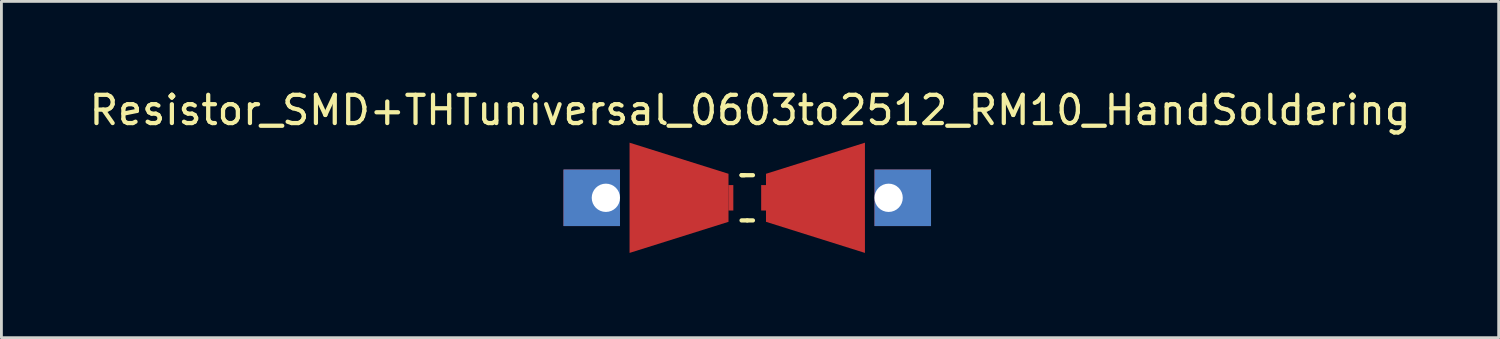
<source format=kicad_pcb>
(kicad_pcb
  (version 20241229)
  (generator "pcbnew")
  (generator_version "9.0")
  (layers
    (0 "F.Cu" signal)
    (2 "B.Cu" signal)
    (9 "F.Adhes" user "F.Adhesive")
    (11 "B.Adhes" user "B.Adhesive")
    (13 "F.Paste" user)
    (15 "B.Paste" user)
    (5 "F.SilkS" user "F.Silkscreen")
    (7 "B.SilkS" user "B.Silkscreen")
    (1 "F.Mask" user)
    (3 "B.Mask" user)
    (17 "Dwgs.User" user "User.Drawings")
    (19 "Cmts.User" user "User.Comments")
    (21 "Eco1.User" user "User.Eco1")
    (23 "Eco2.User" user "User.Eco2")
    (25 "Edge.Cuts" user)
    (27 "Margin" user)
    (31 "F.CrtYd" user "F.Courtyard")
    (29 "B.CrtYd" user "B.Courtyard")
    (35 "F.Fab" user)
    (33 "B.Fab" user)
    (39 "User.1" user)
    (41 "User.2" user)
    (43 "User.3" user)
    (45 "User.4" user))
  (footprint "Resistor_SMD+THTuniversal_0603to2512_RM10_HandSoldering"
    (layer "F.Cu")
    (at 23.383 3.947)
    (property "Reference" "Resistor_SMD+THTuniversal_0603to2512_RM10_HandSoldering" (at 0.099 -3.099 0) (layer "F.SilkS") (effects (font (size 1 1) (thickness 0.15))))
    (attr through_hole)
    (fp_line (start -0.201 -0.8) (end 0.201 -0.8) (stroke (width 0.15) (type solid)) (layer "F.SilkS"))
    (fp_line (start -0.099 -0.8) (end -0.201 -0.8) (stroke (width 0.15) (type solid)) (layer "F.SilkS"))
    (fp_line (start 0 0.8) (end -0.201 0.8) (stroke (width 0.15) (type solid)) (layer "F.SilkS"))
    (fp_line (start 0 0.8) (end 0.201 0.8) (stroke (width 0.15) (type solid)) (layer "F.SilkS"))
    (pad "1" thru_hole rect (at -5.001 0 180) (size 1.999 1.999) (drill 1.001 (offset 0.5 0)) (layers "*.Cu" "*.Mask"))
    (pad "1" smd trapezoid (at -2.413 0) (size 3.5 2.799) (rect_delta 1.1 0) (layers "F.Cu" "F.Mask" "F.Paste"))
    (pad "1" smd trapezoid (at -0.58 0) (size 0.175 0.9) (layers "F.Cu" "F.Mask" "F.Paste"))
    (pad "2" smd trapezoid (at 0.58 0) (size 0.175 0.9) (layers "F.Cu" "F.Mask" "F.Paste"))
    (pad "2" smd trapezoid (at 2.413 0 180) (size 3.5 2.799) (rect_delta 1.1 0) (layers "F.Cu" "F.Mask" "F.Paste"))
    (pad "2" thru_hole rect (at 5.001 0 180) (size 1.999 1.999) (drill 1.001 (offset -0.5 0)) (layers "*.Cu" "*.Mask")))
  (gr_rect
    (start -3 -3)
    (end 49.964 8.896)
    (stroke (width 0.1) (type default))
    (fill no)
    (layer "Edge.Cuts")))
</source>
